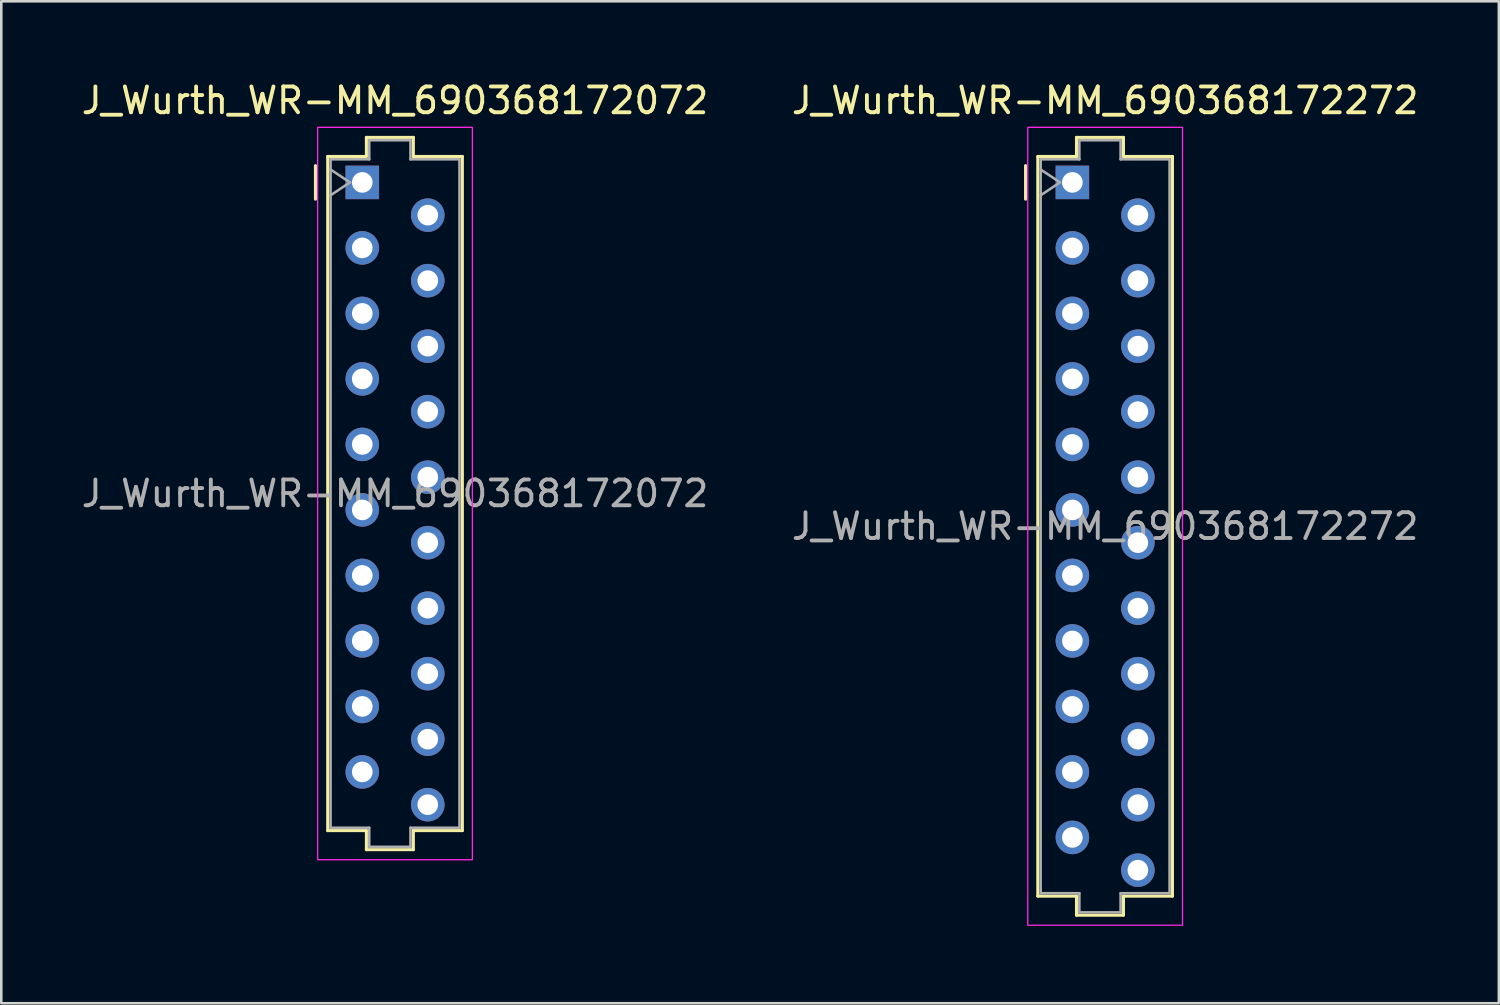
<source format=kicad_pcb>
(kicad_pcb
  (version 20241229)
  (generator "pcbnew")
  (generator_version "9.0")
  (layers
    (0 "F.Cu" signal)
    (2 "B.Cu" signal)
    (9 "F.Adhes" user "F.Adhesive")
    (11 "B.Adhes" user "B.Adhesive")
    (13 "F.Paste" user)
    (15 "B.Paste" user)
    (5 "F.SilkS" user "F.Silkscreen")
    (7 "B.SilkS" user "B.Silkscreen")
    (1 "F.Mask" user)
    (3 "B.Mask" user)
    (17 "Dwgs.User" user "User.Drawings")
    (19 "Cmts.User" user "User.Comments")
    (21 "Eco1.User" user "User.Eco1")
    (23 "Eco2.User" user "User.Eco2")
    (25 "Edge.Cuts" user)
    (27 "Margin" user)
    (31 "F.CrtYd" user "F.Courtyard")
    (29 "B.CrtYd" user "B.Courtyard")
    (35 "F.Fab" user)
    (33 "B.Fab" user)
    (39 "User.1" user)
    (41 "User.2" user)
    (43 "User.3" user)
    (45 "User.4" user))
  (footprint "J_Wurth_WR-MM_690368172072"
    (layer "F.Cu")
    (at 10.998 4.023)
    (property "Reference" "J_Wurth_WR-MM_690368172072" (at 1.27 -3.175 0) (unlocked yes) (layer "F.SilkS") (effects (font (size 1 1) (thickness 0.15))))
    (attr through_hole)
    (fp_line (start -1.815 0.65) (end -1.815 -0.65) (stroke (width 0.12) (type solid)) (layer "F.SilkS"))
    (fp_line (start -1.34 25.135) (end -1.34 -1.005) (stroke (width 0.12) (type solid)) (layer "F.SilkS"))
    (fp_line (start 0.16 -1.005) (end -1.34 -1.005) (stroke (width 0.12) (type solid)) (layer "F.SilkS"))
    (fp_line (start 0.16 -1.005) (end 0.16 -1.745) (stroke (width 0.12) (type solid)) (layer "F.SilkS"))
    (fp_line (start 0.16 25.135) (end -1.34 25.135) (stroke (width 0.12) (type solid)) (layer "F.SilkS"))
    (fp_line (start 0.16 25.135) (end 0.16 25.875) (stroke (width 0.12) (type solid)) (layer "F.SilkS"))
    (fp_line (start 1.98 -1.745) (end 0.16 -1.745) (stroke (width 0.12) (type solid)) (layer "F.SilkS"))
    (fp_line (start 1.98 -1.005) (end 1.98 -1.745) (stroke (width 0.12) (type solid)) (layer "F.SilkS"))
    (fp_line (start 1.98 25.135) (end 1.98 25.875) (stroke (width 0.12) (type solid)) (layer "F.SilkS"))
    (fp_line (start 1.98 25.875) (end 0.16 25.875) (stroke (width 0.12) (type solid)) (layer "F.SilkS"))
    (fp_line (start 3.88 -1.005) (end 1.98 -1.005) (stroke (width 0.12) (type solid)) (layer "F.SilkS"))
    (fp_line (start 3.88 25.135) (end 1.98 25.135) (stroke (width 0.12) (type solid)) (layer "F.SilkS"))
    (fp_line (start 3.88 25.135) (end 3.88 -1.005) (stroke (width 0.12) (type solid)) (layer "F.SilkS"))
    (fp_rect (start -1.73 -2.135) (end 4.27 26.265) (stroke (width 0.05) (type solid)) (fill no) (layer "F.CrtYd"))
    (fp_line (start -1.23 25.025) (end -1.23 -0.895) (stroke (width 0.1) (type solid)) (layer "F.Fab"))
    (fp_line (start -0.48 0) (end -1.23 -0.5) (stroke (width 0.1) (type solid)) (layer "F.Fab"))
    (fp_line (start -0.48 0) (end -1.23 0.5) (stroke (width 0.1) (type solid)) (layer "F.Fab"))
    (fp_line (start 0.27 -1.635) (end 1.87 -1.635) (stroke (width 0.1) (type solid)) (layer "F.Fab"))
    (fp_line (start 0.27 -0.895) (end -1.23 -0.895) (stroke (width 0.1) (type solid)) (layer "F.Fab"))
    (fp_line (start 0.27 -0.895) (end 0.27 -1.635) (stroke (width 0.1) (type solid)) (layer "F.Fab"))
    (fp_line (start 0.27 25.025) (end -1.23 25.025) (stroke (width 0.1) (type solid)) (layer "F.Fab"))
    (fp_line (start 0.27 25.025) (end 0.27 25.765) (stroke (width 0.1) (type solid)) (layer "F.Fab"))
    (fp_line (start 0.27 25.765) (end 1.87 25.765) (stroke (width 0.1) (type solid)) (layer "F.Fab"))
    (fp_line (start 1.87 -0.895) (end 1.87 -1.635) (stroke (width 0.1) (type solid)) (layer "F.Fab"))
    (fp_line (start 1.87 -0.895) (end 3.77 -0.895) (stroke (width 0.1) (type solid)) (layer "F.Fab"))
    (fp_line (start 1.87 25.025) (end 1.87 25.765) (stroke (width 0.1) (type solid)) (layer "F.Fab"))
    (fp_line (start 1.87 25.025) (end 3.77 25.025) (stroke (width 0.1) (type solid)) (layer "F.Fab"))
    (fp_line (start 3.77 25.025) (end 3.77 -0.895) (stroke (width 0.1) (type solid)) (layer "F.Fab"))
    (fp_text user "${REFERENCE}" (at 1.27 12.065 0) (unlocked yes) (layer "F.Fab") (effects (font (size 1 1) (thickness 0.15))))
    (pad "1" thru_hole rect (at 0 0 90) (size 1.3 1.3) (drill 0.8) (layers "*.Cu" "*.Mask"))
    (pad "2" thru_hole circle (at 2.54 1.27 90) (size 1.3 1.3) (drill 0.8) (layers "*.Cu" "*.Mask"))
    (pad "3" thru_hole circle (at 0 2.54 90) (size 1.3 1.3) (drill 0.8) (layers "*.Cu" "*.Mask"))
    (pad "4" thru_hole circle (at 2.54 3.81 90) (size 1.3 1.3) (drill 0.8) (layers "*.Cu" "*.Mask"))
    (pad "5" thru_hole circle (at 0 5.08 90) (size 1.3 1.3) (drill 0.8) (layers "*.Cu" "*.Mask"))
    (pad "6" thru_hole circle (at 2.54 6.35 90) (size 1.3 1.3) (drill 0.8) (layers "*.Cu" "*.Mask"))
    (pad "7" thru_hole circle (at 0 7.62 90) (size 1.3 1.3) (drill 0.8) (layers "*.Cu" "*.Mask"))
    (pad "8" thru_hole circle (at 2.54 8.89 90) (size 1.3 1.3) (drill 0.8) (layers "*.Cu" "*.Mask"))
    (pad "9" thru_hole circle (at 0 10.16 90) (size 1.3 1.3) (drill 0.8) (layers "*.Cu" "*.Mask"))
    (pad "10" thru_hole circle (at 2.54 11.43 90) (size 1.3 1.3) (drill 0.8) (layers "*.Cu" "*.Mask"))
    (pad "11" thru_hole circle (at 0 12.7 90) (size 1.3 1.3) (drill 0.8) (layers "*.Cu" "*.Mask"))
    (pad "12" thru_hole circle (at 2.54 13.97 90) (size 1.3 1.3) (drill 0.8) (layers "*.Cu" "*.Mask"))
    (pad "13" thru_hole circle (at 0 15.24 90) (size 1.3 1.3) (drill 0.8) (layers "*.Cu" "*.Mask"))
    (pad "14" thru_hole circle (at 2.54 16.51 90) (size 1.3 1.3) (drill 0.8) (layers "*.Cu" "*.Mask"))
    (pad "15" thru_hole circle (at 0 17.78 90) (size 1.3 1.3) (drill 0.8) (layers "*.Cu" "*.Mask"))
    (pad "16" thru_hole circle (at 2.54 19.05 90) (size 1.3 1.3) (drill 0.8) (layers "*.Cu" "*.Mask"))
    (pad "17" thru_hole circle (at 0 20.32 90) (size 1.3 1.3) (drill 0.8) (layers "*.Cu" "*.Mask"))
    (pad "18" thru_hole circle (at 2.54 21.59 90) (size 1.3 1.3) (drill 0.8) (layers "*.Cu" "*.Mask"))
    (pad "19" thru_hole circle (at 0 22.86 90) (size 1.3 1.3) (drill 0.8) (layers "*.Cu" "*.Mask"))
    (pad "20" thru_hole circle (at 2.54 24.13 90) (size 1.3 1.3) (drill 0.8) (layers "*.Cu" "*.Mask")))
  (footprint "J_Wurth_WR-MM_690368172272"
    (layer "F.Cu")
    (at 38.534 4.023)
    (property "Reference" "J_Wurth_WR-MM_690368172272" (at 1.27 -3.175 0) (unlocked yes) (layer "F.SilkS") (effects (font (size 1 1) (thickness 0.15))))
    (attr through_hole)
    (fp_line (start -1.815 0.65) (end -1.815 -0.65) (stroke (width 0.12) (type solid)) (layer "F.SilkS"))
    (fp_line (start -1.34 27.675) (end -1.34 -1.005) (stroke (width 0.12) (type solid)) (layer "F.SilkS"))
    (fp_line (start 0.16 -1.005) (end -1.34 -1.005) (stroke (width 0.12) (type solid)) (layer "F.SilkS"))
    (fp_line (start 0.16 -1.005) (end 0.16 -1.745) (stroke (width 0.12) (type solid)) (layer "F.SilkS"))
    (fp_line (start 0.16 27.675) (end -1.34 27.675) (stroke (width 0.12) (type solid)) (layer "F.SilkS"))
    (fp_line (start 0.16 27.675) (end 0.16 28.415) (stroke (width 0.12) (type solid)) (layer "F.SilkS"))
    (fp_line (start 1.98 -1.745) (end 0.16 -1.745) (stroke (width 0.12) (type solid)) (layer "F.SilkS"))
    (fp_line (start 1.98 -1.005) (end 1.98 -1.745) (stroke (width 0.12) (type solid)) (layer "F.SilkS"))
    (fp_line (start 1.98 27.675) (end 1.98 28.415) (stroke (width 0.12) (type solid)) (layer "F.SilkS"))
    (fp_line (start 1.98 28.415) (end 0.16 28.415) (stroke (width 0.12) (type solid)) (layer "F.SilkS"))
    (fp_line (start 3.88 -1.005) (end 1.98 -1.005) (stroke (width 0.12) (type solid)) (layer "F.SilkS"))
    (fp_line (start 3.88 27.675) (end 1.98 27.675) (stroke (width 0.12) (type solid)) (layer "F.SilkS"))
    (fp_line (start 3.88 27.675) (end 3.88 -1.005) (stroke (width 0.12) (type solid)) (layer "F.SilkS"))
    (fp_rect (start -1.73 -2.135) (end 4.27 28.805) (stroke (width 0.05) (type solid)) (fill no) (layer "F.CrtYd"))
    (fp_line (start -1.23 27.565) (end -1.23 -0.895) (stroke (width 0.1) (type solid)) (layer "F.Fab"))
    (fp_line (start -0.48 0) (end -1.23 -0.5) (stroke (width 0.1) (type solid)) (layer "F.Fab"))
    (fp_line (start -0.48 0) (end -1.23 0.5) (stroke (width 0.1) (type solid)) (layer "F.Fab"))
    (fp_line (start 0.27 -1.635) (end 1.87 -1.635) (stroke (width 0.1) (type solid)) (layer "F.Fab"))
    (fp_line (start 0.27 -0.895) (end -1.23 -0.895) (stroke (width 0.1) (type solid)) (layer "F.Fab"))
    (fp_line (start 0.27 -0.895) (end 0.27 -1.635) (stroke (width 0.1) (type solid)) (layer "F.Fab"))
    (fp_line (start 0.27 27.565) (end -1.23 27.565) (stroke (width 0.1) (type solid)) (layer "F.Fab"))
    (fp_line (start 0.27 27.565) (end 0.27 28.305) (stroke (width 0.1) (type solid)) (layer "F.Fab"))
    (fp_line (start 0.27 28.305) (end 1.87 28.305) (stroke (width 0.1) (type solid)) (layer "F.Fab"))
    (fp_line (start 1.87 -0.895) (end 1.87 -1.635) (stroke (width 0.1) (type solid)) (layer "F.Fab"))
    (fp_line (start 1.87 -0.895) (end 3.77 -0.895) (stroke (width 0.1) (type solid)) (layer "F.Fab"))
    (fp_line (start 1.87 27.565) (end 1.87 28.305) (stroke (width 0.1) (type solid)) (layer "F.Fab"))
    (fp_line (start 1.87 27.565) (end 3.77 27.565) (stroke (width 0.1) (type solid)) (layer "F.Fab"))
    (fp_line (start 3.77 27.565) (end 3.77 -0.895) (stroke (width 0.1) (type solid)) (layer "F.Fab"))
    (fp_text user "${REFERENCE}" (at 1.27 13.335 0) (unlocked yes) (layer "F.Fab") (effects (font (size 1 1) (thickness 0.15))))
    (pad "1" thru_hole rect (at 0 0 90) (size 1.3 1.3) (drill 0.8) (layers "*.Cu" "*.Mask"))
    (pad "2" thru_hole circle (at 2.54 1.27 90) (size 1.3 1.3) (drill 0.8) (layers "*.Cu" "*.Mask"))
    (pad "3" thru_hole circle (at 0 2.54 90) (size 1.3 1.3) (drill 0.8) (layers "*.Cu" "*.Mask"))
    (pad "4" thru_hole circle (at 2.54 3.81 90) (size 1.3 1.3) (drill 0.8) (layers "*.Cu" "*.Mask"))
    (pad "5" thru_hole circle (at 0 5.08 90) (size 1.3 1.3) (drill 0.8) (layers "*.Cu" "*.Mask"))
    (pad "6" thru_hole circle (at 2.54 6.35 90) (size 1.3 1.3) (drill 0.8) (layers "*.Cu" "*.Mask"))
    (pad "7" thru_hole circle (at 0 7.62 90) (size 1.3 1.3) (drill 0.8) (layers "*.Cu" "*.Mask"))
    (pad "8" thru_hole circle (at 2.54 8.89 90) (size 1.3 1.3) (drill 0.8) (layers "*.Cu" "*.Mask"))
    (pad "9" thru_hole circle (at 0 10.16 90) (size 1.3 1.3) (drill 0.8) (layers "*.Cu" "*.Mask"))
    (pad "10" thru_hole circle (at 2.54 11.43 90) (size 1.3 1.3) (drill 0.8) (layers "*.Cu" "*.Mask"))
    (pad "11" thru_hole circle (at 0 12.7 90) (size 1.3 1.3) (drill 0.8) (layers "*.Cu" "*.Mask"))
    (pad "12" thru_hole circle (at 2.54 13.97 90) (size 1.3 1.3) (drill 0.8) (layers "*.Cu" "*.Mask"))
    (pad "13" thru_hole circle (at 0 15.24 90) (size 1.3 1.3) (drill 0.8) (layers "*.Cu" "*.Mask"))
    (pad "14" thru_hole circle (at 2.54 16.51 90) (size 1.3 1.3) (drill 0.8) (layers "*.Cu" "*.Mask"))
    (pad "15" thru_hole circle (at 0 17.78 90) (size 1.3 1.3) (drill 0.8) (layers "*.Cu" "*.Mask"))
    (pad "16" thru_hole circle (at 2.54 19.05 90) (size 1.3 1.3) (drill 0.8) (layers "*.Cu" "*.Mask"))
    (pad "17" thru_hole circle (at 0 20.32 90) (size 1.3 1.3) (drill 0.8) (layers "*.Cu" "*.Mask"))
    (pad "18" thru_hole circle (at 2.54 21.59 90) (size 1.3 1.3) (drill 0.8) (layers "*.Cu" "*.Mask"))
    (pad "19" thru_hole circle (at 0 22.86 90) (size 1.3 1.3) (drill 0.8) (layers "*.Cu" "*.Mask"))
    (pad "20" thru_hole circle (at 2.54 24.13 90) (size 1.3 1.3) (drill 0.8) (layers "*.Cu" "*.Mask"))
    (pad "21" thru_hole circle (at 0 25.4 90) (size 1.3 1.3) (drill 0.8) (layers "*.Cu" "*.Mask"))
    (pad "22" thru_hole circle (at 2.54 26.67 90) (size 1.3 1.3) (drill 0.8) (layers "*.Cu" "*.Mask")))
  (gr_rect
    (start -3 -3)
    (end 55.071 35.853)
    (stroke (width 0.1) (type default))
    (fill no)
    (layer "Edge.Cuts")))
</source>
